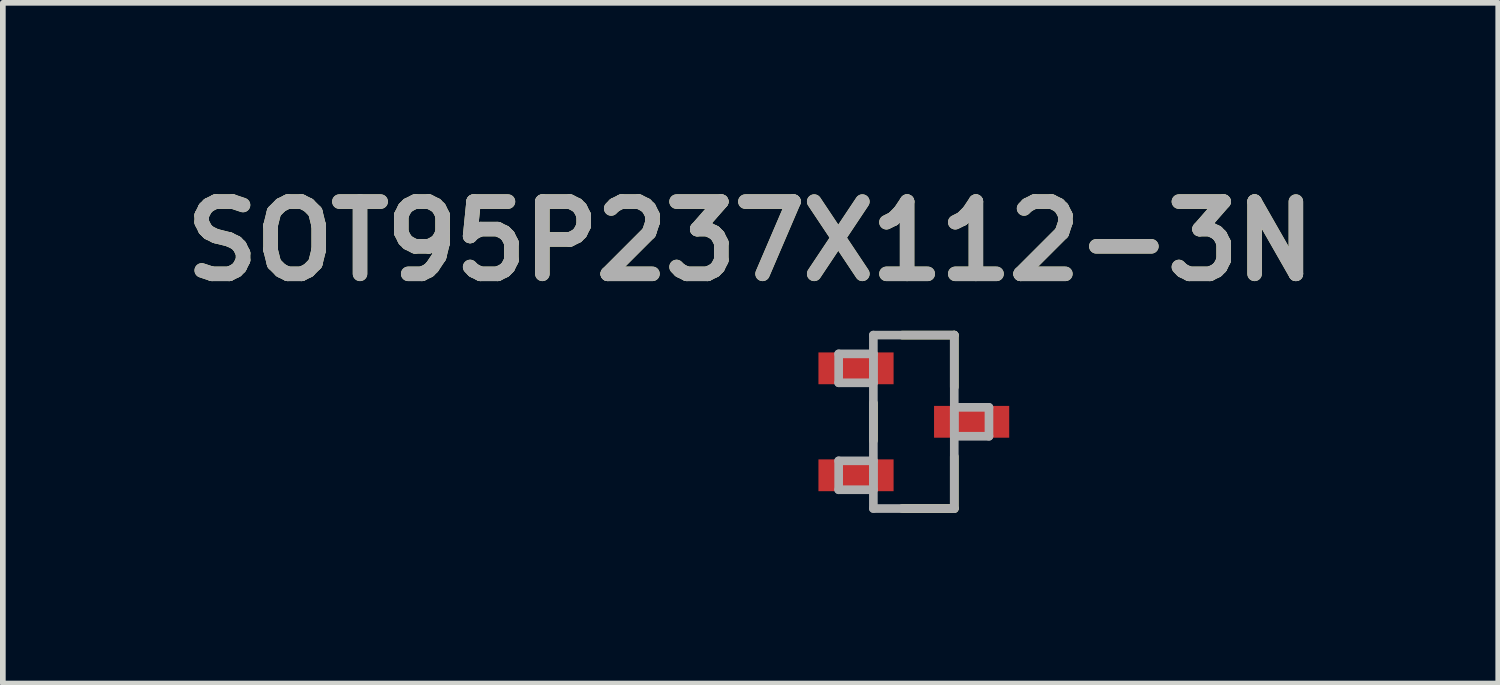
<source format=kicad_pcb>
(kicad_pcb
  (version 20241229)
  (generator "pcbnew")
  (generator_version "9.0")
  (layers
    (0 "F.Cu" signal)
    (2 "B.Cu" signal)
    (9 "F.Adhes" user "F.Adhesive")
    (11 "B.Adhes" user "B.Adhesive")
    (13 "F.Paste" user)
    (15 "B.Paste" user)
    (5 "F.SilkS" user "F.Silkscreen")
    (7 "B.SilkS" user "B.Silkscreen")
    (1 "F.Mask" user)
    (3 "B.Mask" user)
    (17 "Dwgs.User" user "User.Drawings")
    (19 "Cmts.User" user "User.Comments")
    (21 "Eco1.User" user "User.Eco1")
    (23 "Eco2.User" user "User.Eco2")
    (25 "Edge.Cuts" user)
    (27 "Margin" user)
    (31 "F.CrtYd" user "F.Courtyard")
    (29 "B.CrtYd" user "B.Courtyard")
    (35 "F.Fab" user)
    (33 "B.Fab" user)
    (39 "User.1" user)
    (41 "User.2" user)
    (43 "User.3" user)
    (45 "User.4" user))
  (footprint "SOT95P237X112-3N"
    (layer "F.Cu")
    (at 13.012 4.364)
    (property "Reference" "SOT95P237X112-3N" (at -2.87 -3.175 0) (layer "F.SilkS") (effects (font (size 1.27 1.27) (thickness 0.254))))
    (attr smd)
    (fp_line (start -0.711 -0.33) (end -0.711 0.33) (stroke (width 0.152) (type solid)) (layer "F.SilkS"))
    (fp_line (start -0.203 1.524) (end 0.711 1.524) (stroke (width 0.152) (type solid)) (layer "F.SilkS"))
    (fp_line (start 0.711 -1.524) (end -0.203 -1.524) (stroke (width 0.152) (type solid)) (layer "F.SilkS"))
    (fp_line (start 0.711 -0.61) (end 0.711 -1.524) (stroke (width 0.152) (type solid)) (layer "F.SilkS"))
    (fp_line (start 0.711 1.524) (end 0.711 0.61) (stroke (width 0.152) (type solid)) (layer "F.SilkS"))
    (fp_line (start -1.321 -1.194) (end -1.321 -0.686) (stroke (width 0.152) (type solid)) (layer "F.Fab"))
    (fp_line (start -1.321 -0.686) (end -0.711 -0.686) (stroke (width 0.152) (type solid)) (layer "F.Fab"))
    (fp_line (start -1.321 0.686) (end -1.321 1.194) (stroke (width 0.152) (type solid)) (layer "F.Fab"))
    (fp_line (start -1.321 1.194) (end -0.711 1.194) (stroke (width 0.152) (type solid)) (layer "F.Fab"))
    (fp_line (start -0.711 -1.524) (end -0.711 1.524) (stroke (width 0.152) (type solid)) (layer "F.Fab"))
    (fp_line (start -0.711 -1.194) (end -1.321 -1.194) (stroke (width 0.152) (type solid)) (layer "F.Fab"))
    (fp_line (start -0.711 -0.686) (end -0.711 -1.194) (stroke (width 0.152) (type solid)) (layer "F.Fab"))
    (fp_line (start -0.711 0.686) (end -1.321 0.686) (stroke (width 0.152) (type solid)) (layer "F.Fab"))
    (fp_line (start -0.711 1.194) (end -0.711 0.686) (stroke (width 0.152) (type solid)) (layer "F.Fab"))
    (fp_line (start -0.711 1.524) (end 0.711 1.524) (stroke (width 0.152) (type solid)) (layer "F.Fab"))
    (fp_line (start 0.711 -1.524) (end -0.711 -1.524) (stroke (width 0.152) (type solid)) (layer "F.Fab"))
    (fp_line (start 0.711 -0.254) (end 0.711 0.254) (stroke (width 0.152) (type solid)) (layer "F.Fab"))
    (fp_line (start 0.711 0.254) (end 1.321 0.254) (stroke (width 0.152) (type solid)) (layer "F.Fab"))
    (fp_line (start 0.711 1.524) (end 0.711 -1.524) (stroke (width 0.152) (type solid)) (layer "F.Fab"))
    (fp_line (start 1.321 -0.254) (end 0.711 -0.254) (stroke (width 0.152) (type solid)) (layer "F.Fab"))
    (fp_line (start 1.321 0.254) (end 1.321 -0.254) (stroke (width 0.152) (type solid)) (layer "F.Fab"))
    (fp_text user "${REFERENCE}" (at -2.87 -3.175 0) (layer "F.Fab") (effects (font (size 1.27 1.27) (thickness 0.254))))
    (pad "1" smd rect (at -1.016 -0.94 90) (size 0.559 1.321) (layers "F.Cu" "F.Mask" "F.Paste"))
    (pad "2" smd rect (at -1.016 0.94 90) (size 0.559 1.321) (layers "F.Cu" "F.Mask" "F.Paste"))
    (pad "3" smd rect (at 1.016 0 90) (size 0.559 1.321) (layers "F.Cu" "F.Mask" "F.Paste")))
  (gr_rect
    (start -3 -3)
    (end 23.284 8.964)
    (stroke (width 0.1) (type default))
    (fill no)
    (layer "Edge.Cuts")))
</source>
